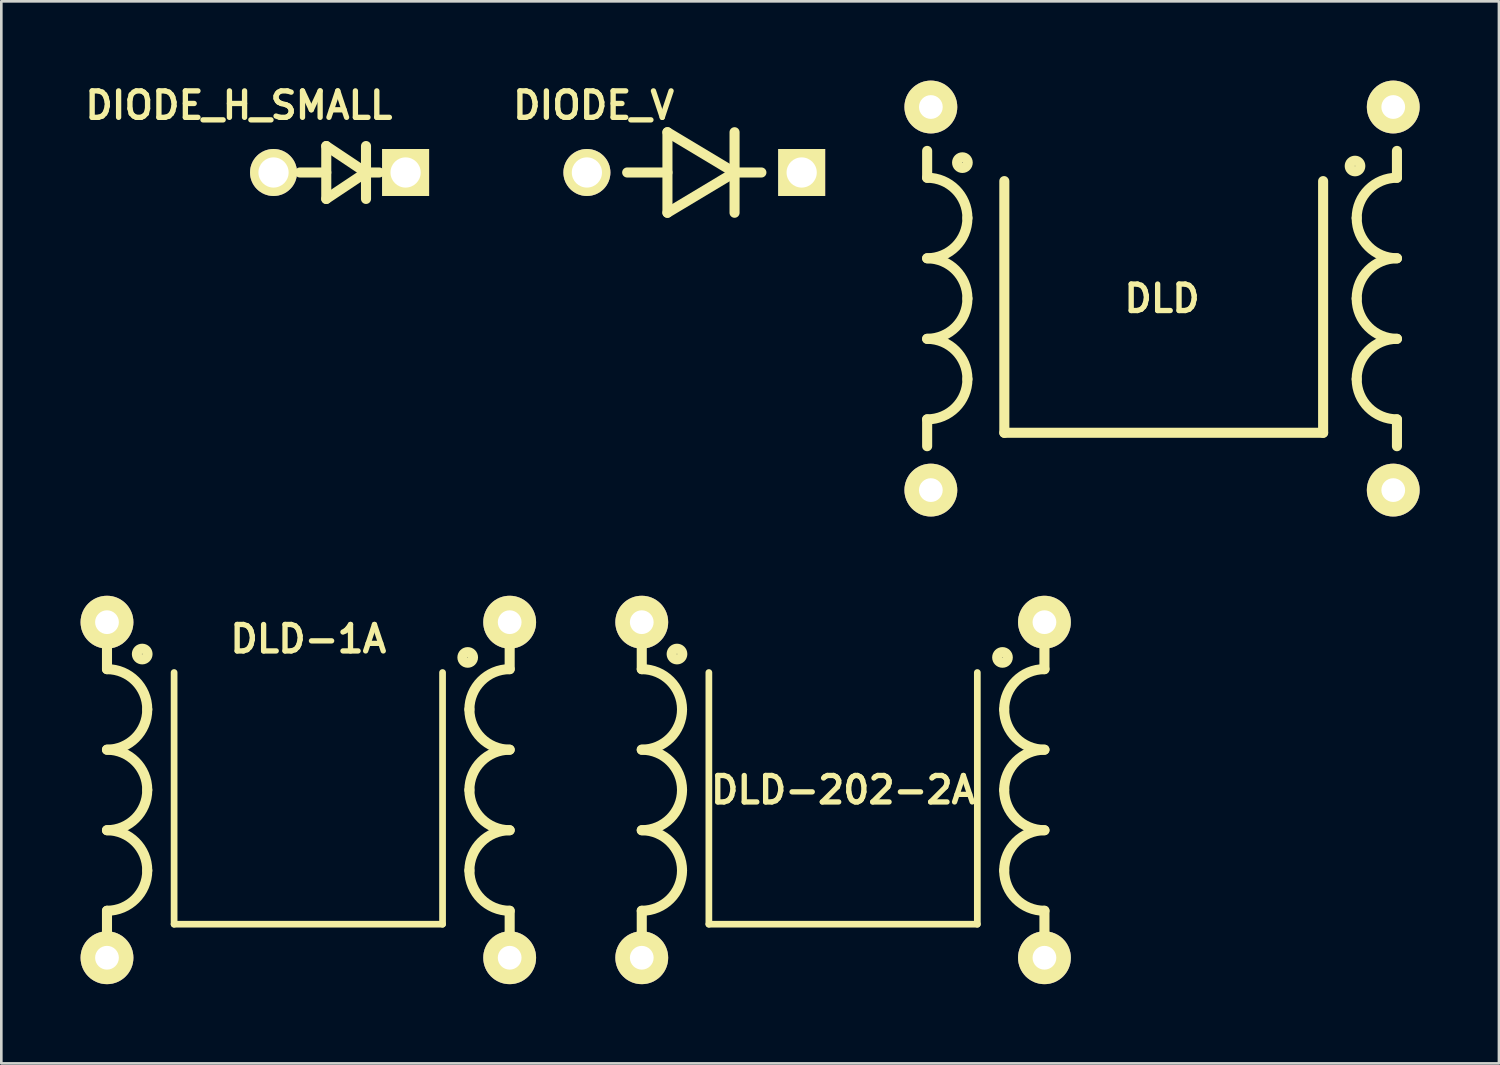
<source format=kicad_pcb>
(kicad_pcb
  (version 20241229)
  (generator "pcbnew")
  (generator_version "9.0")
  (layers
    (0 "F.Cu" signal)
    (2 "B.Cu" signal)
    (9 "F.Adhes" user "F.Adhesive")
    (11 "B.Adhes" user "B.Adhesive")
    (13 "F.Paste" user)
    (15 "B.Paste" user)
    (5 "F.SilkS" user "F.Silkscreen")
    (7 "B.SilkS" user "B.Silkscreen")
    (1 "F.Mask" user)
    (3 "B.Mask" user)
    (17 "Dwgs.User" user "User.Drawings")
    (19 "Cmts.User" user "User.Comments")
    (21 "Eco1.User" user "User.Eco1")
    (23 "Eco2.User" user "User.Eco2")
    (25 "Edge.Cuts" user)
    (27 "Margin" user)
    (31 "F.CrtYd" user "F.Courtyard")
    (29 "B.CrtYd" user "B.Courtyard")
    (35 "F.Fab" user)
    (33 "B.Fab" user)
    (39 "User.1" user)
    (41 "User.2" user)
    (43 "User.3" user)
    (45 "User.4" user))
  (footprint "DLD-1A"
    (layer "F.Cu")
    (at 8.619 26.847)
    (property "Reference" "DLD-1A" (at 0 -5.715 0) (layer "F.SilkS") (effects (font (size 1.001 1.001) (thickness 0.201))))
    (attr through_hole)
    (fp_line (start -7.62 -4.572) (end -7.62 -5.588) (stroke (width 0.381) (type solid)) (layer "F.SilkS"))
    (fp_line (start -7.62 4.572) (end -7.62 5.588) (stroke (width 0.381) (type solid)) (layer "F.SilkS"))
    (fp_line (start -5.08 5.08) (end -5.08 -4.445) (stroke (width 0.254) (type solid)) (layer "F.SilkS"))
    (fp_line (start 5.08 -4.445) (end 5.08 5.08) (stroke (width 0.254) (type solid)) (layer "F.SilkS"))
    (fp_line (start 5.08 5.08) (end -5.08 5.08) (stroke (width 0.254) (type solid)) (layer "F.SilkS"))
    (fp_line (start 7.62 -4.572) (end 7.62 -5.588) (stroke (width 0.381) (type solid)) (layer "F.SilkS"))
    (fp_line (start 7.62 4.572) (end 7.62 5.588) (stroke (width 0.381) (type solid)) (layer "F.SilkS"))
    (fp_arc (start -7.62 -4.572) (mid -6.542369 -4.125631) (end -6.096 -3.048) (stroke (width 0.381) (type solid)) (layer "F.SilkS"))
    (fp_arc (start -7.62 -1.524) (mid -6.542369 -1.077631) (end -6.096 0) (stroke (width 0.381) (type solid)) (layer "F.SilkS"))
    (fp_arc (start -7.62 1.524) (mid -6.542369 1.970369) (end -6.096 3.048) (stroke (width 0.381) (type solid)) (layer "F.SilkS"))
    (fp_arc (start -6.096 -3.048) (mid -6.542369 -1.970369) (end -7.62 -1.524) (stroke (width 0.381) (type solid)) (layer "F.SilkS"))
    (fp_arc (start -6.096 0) (mid -6.542369 1.077631) (end -7.62 1.524) (stroke (width 0.381) (type solid)) (layer "F.SilkS"))
    (fp_arc (start -6.096 3.048) (mid -6.542369 4.125631) (end -7.62 4.572) (stroke (width 0.381) (type solid)) (layer "F.SilkS"))
    (fp_arc (start 6.096 -3.048) (mid 6.542369 -4.125631) (end 7.62 -4.572) (stroke (width 0.381) (type solid)) (layer "F.SilkS"))
    (fp_arc (start 6.096 0) (mid 6.542369 -1.077631) (end 7.62 -1.524) (stroke (width 0.381) (type solid)) (layer "F.SilkS"))
    (fp_arc (start 6.096 3.048) (mid 6.542369 1.970369) (end 7.62 1.524) (stroke (width 0.381) (type solid)) (layer "F.SilkS"))
    (fp_arc (start 7.62 -1.524) (mid 6.542369 -1.970369) (end 6.096 -3.048) (stroke (width 0.381) (type solid)) (layer "F.SilkS"))
    (fp_arc (start 7.62 1.524) (mid 6.542369 1.077631) (end 6.096 0) (stroke (width 0.381) (type solid)) (layer "F.SilkS"))
    (fp_arc (start 7.62 4.572) (mid 6.542369 4.125631) (end 6.096 3.048) (stroke (width 0.381) (type solid)) (layer "F.SilkS"))
    (fp_circle (center -6.287 -5.144) (end -6.223 -4.953) (stroke (width 0.381) (type solid)) (fill no) (layer "F.SilkS"))
    (fp_circle (center 6.032 -5.016) (end 6.096 -4.826) (stroke (width 0.381) (type solid)) (fill no) (layer "F.SilkS"))
    (pad "1" thru_hole circle (at -7.62 6.35) (size 1.999 1.999) (drill 0.899) (layers "*.Cu" "*.Mask" "F.SilkS"))
    (pad "2" thru_hole circle (at -7.62 -6.35) (size 1.999 1.999) (drill 0.899) (layers "*.Cu" "*.Mask" "F.SilkS"))
    (pad "3" thru_hole circle (at 7.62 6.35) (size 1.999 1.999) (drill 0.899) (layers "*.Cu" "*.Mask" "F.SilkS"))
    (pad "4" thru_hole circle (at 7.62 -6.35) (size 1.999 1.999) (drill 0.899) (layers "*.Cu" "*.Mask" "F.SilkS")))
  (footprint "DIODE_V"
    (layer "F.Cu")
    (at 23.226 3.478)
    (property "Reference" "DIODE_V" (at -3.81 -2.54 0) (layer "F.SilkS") (effects (font (size 1.001 1.001) (thickness 0.201))))
    (attr through_hole)
    (fp_line (start -1.016 -1.524) (end -1.016 1.524) (stroke (width 0.381) (type solid)) (layer "F.SilkS"))
    (fp_line (start -1.016 0) (end -2.54 0) (stroke (width 0.381) (type solid)) (layer "F.SilkS"))
    (fp_line (start -1.016 1.524) (end 1.524 0) (stroke (width 0.381) (type solid)) (layer "F.SilkS"))
    (fp_line (start 1.524 0) (end -1.016 -1.524) (stroke (width 0.381) (type solid)) (layer "F.SilkS"))
    (fp_line (start 1.524 0) (end 2.54 0) (stroke (width 0.381) (type solid)) (layer "F.SilkS"))
    (fp_line (start 1.524 1.524) (end 1.524 -1.524) (stroke (width 0.381) (type solid)) (layer "F.SilkS"))
    (pad "1" thru_hole circle (at -4.064 0) (size 1.778 1.778) (drill 1.143) (layers "*.Cu" "*.Mask" "F.SilkS"))
    (pad "2" thru_hole rect (at 4.064 0) (size 1.778 1.778) (drill 1.143) (layers "*.Cu" "*.Mask" "F.SilkS")))
  (footprint "DIODE_H_SMALL"
    (layer "F.Cu")
    (at 9.801 3.478)
    (property "Reference" "DIODE_H_SMALL" (at -3.81 -2.54 0) (layer "F.SilkS") (effects (font (size 1.001 1.001) (thickness 0.201))))
    (attr through_hole)
    (fp_line (start -0.503 -1.001) (end 0.998 0) (stroke (width 0.381) (type solid)) (layer "F.SilkS"))
    (fp_line (start -0.503 0) (end -1.501 0) (stroke (width 0.381) (type solid)) (layer "F.SilkS"))
    (fp_line (start -0.503 1.001) (end -0.503 -1.001) (stroke (width 0.381) (type solid)) (layer "F.SilkS"))
    (fp_line (start 0.998 0) (end -0.503 1.001) (stroke (width 0.381) (type solid)) (layer "F.SilkS"))
    (fp_line (start 1.001 0) (end 1.501 0) (stroke (width 0.381) (type solid)) (layer "F.SilkS"))
    (fp_line (start 1.001 1.001) (end 1.001 -1.001) (stroke (width 0.381) (type solid)) (layer "F.SilkS"))
    (pad "1" thru_hole circle (at -2.499 0) (size 1.778 1.778) (drill 1.143) (layers "*.Cu" "*.Mask" "F.SilkS"))
    (pad "2" thru_hole rect (at 2.499 0) (size 1.778 1.778) (drill 1.143) (layers "*.Cu" "*.Mask" "F.SilkS")))
  (footprint "DLD-202-2A"
    (layer "F.Cu")
    (at 28.858 26.847)
    (property "Reference" "DLD-202-2A" (at 0 0 0) (layer "F.SilkS") (effects (font (size 1.001 1.001) (thickness 0.201))))
    (attr through_hole)
    (fp_line (start -7.62 -4.572) (end -7.62 -5.588) (stroke (width 0.381) (type solid)) (layer "F.SilkS"))
    (fp_line (start -7.62 4.572) (end -7.62 5.588) (stroke (width 0.381) (type solid)) (layer "F.SilkS"))
    (fp_line (start -5.08 5.08) (end -5.08 -4.445) (stroke (width 0.254) (type solid)) (layer "F.SilkS"))
    (fp_line (start 5.08 -4.445) (end 5.08 5.08) (stroke (width 0.254) (type solid)) (layer "F.SilkS"))
    (fp_line (start 5.08 5.08) (end -5.08 5.08) (stroke (width 0.254) (type solid)) (layer "F.SilkS"))
    (fp_line (start 7.62 -4.572) (end 7.62 -5.588) (stroke (width 0.381) (type solid)) (layer "F.SilkS"))
    (fp_line (start 7.62 4.572) (end 7.62 5.588) (stroke (width 0.381) (type solid)) (layer "F.SilkS"))
    (fp_arc (start -7.62 -4.572) (mid -6.542369 -4.125631) (end -6.096 -3.048) (stroke (width 0.381) (type solid)) (layer "F.SilkS"))
    (fp_arc (start -7.62 -1.524) (mid -6.542369 -1.077631) (end -6.096 0) (stroke (width 0.381) (type solid)) (layer "F.SilkS"))
    (fp_arc (start -7.62 1.524) (mid -6.542369 1.970369) (end -6.096 3.048) (stroke (width 0.381) (type solid)) (layer "F.SilkS"))
    (fp_arc (start -6.096 -3.048) (mid -6.542369 -1.970369) (end -7.62 -1.524) (stroke (width 0.381) (type solid)) (layer "F.SilkS"))
    (fp_arc (start -6.096 0) (mid -6.542369 1.077631) (end -7.62 1.524) (stroke (width 0.381) (type solid)) (layer "F.SilkS"))
    (fp_arc (start -6.096 3.048) (mid -6.542369 4.125631) (end -7.62 4.572) (stroke (width 0.381) (type solid)) (layer "F.SilkS"))
    (fp_arc (start 6.096 -3.048) (mid 6.542369 -4.125631) (end 7.62 -4.572) (stroke (width 0.381) (type solid)) (layer "F.SilkS"))
    (fp_arc (start 6.096 0) (mid 6.542369 -1.077631) (end 7.62 -1.524) (stroke (width 0.381) (type solid)) (layer "F.SilkS"))
    (fp_arc (start 6.096 3.048) (mid 6.542369 1.970369) (end 7.62 1.524) (stroke (width 0.381) (type solid)) (layer "F.SilkS"))
    (fp_arc (start 7.62 -1.524) (mid 6.542369 -1.970369) (end 6.096 -3.048) (stroke (width 0.381) (type solid)) (layer "F.SilkS"))
    (fp_arc (start 7.62 1.524) (mid 6.542369 1.077631) (end 6.096 0) (stroke (width 0.381) (type solid)) (layer "F.SilkS"))
    (fp_arc (start 7.62 4.572) (mid 6.542369 4.125631) (end 6.096 3.048) (stroke (width 0.381) (type solid)) (layer "F.SilkS"))
    (fp_circle (center -6.287 -5.144) (end -6.223 -4.953) (stroke (width 0.381) (type solid)) (fill no) (layer "F.SilkS"))
    (fp_circle (center 6.032 -5.016) (end 6.096 -4.826) (stroke (width 0.381) (type solid)) (fill no) (layer "F.SilkS"))
    (pad "1" thru_hole circle (at -7.62 6.35) (size 1.999 1.999) (drill 0.899) (layers "*.Cu" "*.Mask" "F.SilkS"))
    (pad "2" thru_hole circle (at -7.62 -6.35) (size 1.999 1.999) (drill 0.899) (layers "*.Cu" "*.Mask" "F.SilkS"))
    (pad "3" thru_hole circle (at 7.62 6.35) (size 1.999 1.999) (drill 0.899) (layers "*.Cu" "*.Mask" "F.SilkS"))
    (pad "4" thru_hole circle (at 7.62 -6.35) (size 1.999 1.999) (drill 0.899) (layers "*.Cu" "*.Mask" "F.SilkS")))
  (footprint "DLD"
    (layer "F.Cu")
    (at 40.929 8.249)
    (property "Reference" "DLD" (at 0 0 0) (layer "F.SilkS") (effects (font (size 1.001 1.001) (thickness 0.201))))
    (attr through_hole)
    (fp_line (start -8.89 -4.572) (end -8.89 -5.588) (stroke (width 0.381) (type solid)) (layer "F.SilkS"))
    (fp_line (start -8.89 4.572) (end -8.89 5.588) (stroke (width 0.381) (type solid)) (layer "F.SilkS"))
    (fp_line (start -5.969 -4.445) (end -5.969 5.08) (stroke (width 0.381) (type solid)) (layer "F.SilkS"))
    (fp_line (start -5.969 5.08) (end 6.096 5.08) (stroke (width 0.381) (type solid)) (layer "F.SilkS"))
    (fp_line (start 6.096 5.08) (end 6.096 -4.445) (stroke (width 0.381) (type solid)) (layer "F.SilkS"))
    (fp_line (start 8.89 -4.572) (end 8.89 -5.588) (stroke (width 0.381) (type solid)) (layer "F.SilkS"))
    (fp_line (start 8.89 4.572) (end 8.89 5.588) (stroke (width 0.381) (type solid)) (layer "F.SilkS"))
    (fp_arc (start -8.89 -4.572) (mid -7.812369 -4.125631) (end -7.366 -3.048) (stroke (width 0.381) (type solid)) (layer "F.SilkS"))
    (fp_arc (start -8.89 -1.524) (mid -7.812369 -1.077631) (end -7.366 0) (stroke (width 0.381) (type solid)) (layer "F.SilkS"))
    (fp_arc (start -8.89 1.524) (mid -7.812369 1.970369) (end -7.366 3.048) (stroke (width 0.381) (type solid)) (layer "F.SilkS"))
    (fp_arc (start -7.366 -3.048) (mid -7.812369 -1.970369) (end -8.89 -1.524) (stroke (width 0.381) (type solid)) (layer "F.SilkS"))
    (fp_arc (start -7.366 0) (mid -7.812369 1.077631) (end -8.89 1.524) (stroke (width 0.381) (type solid)) (layer "F.SilkS"))
    (fp_arc (start -7.366 3.048) (mid -7.812369 4.125631) (end -8.89 4.572) (stroke (width 0.381) (type solid)) (layer "F.SilkS"))
    (fp_arc (start 7.366 -3.048) (mid 7.812369 -4.125631) (end 8.89 -4.572) (stroke (width 0.381) (type solid)) (layer "F.SilkS"))
    (fp_arc (start 7.366 0) (mid 7.812369 -1.077631) (end 8.89 -1.524) (stroke (width 0.381) (type solid)) (layer "F.SilkS"))
    (fp_arc (start 7.366 3.048) (mid 7.812369 1.970369) (end 8.89 1.524) (stroke (width 0.381) (type solid)) (layer "F.SilkS"))
    (fp_arc (start 8.89 -1.524) (mid 7.812369 -1.970369) (end 7.366 -3.048) (stroke (width 0.381) (type solid)) (layer "F.SilkS"))
    (fp_arc (start 8.89 1.524) (mid 7.812369 1.077631) (end 7.366 0) (stroke (width 0.381) (type solid)) (layer "F.SilkS"))
    (fp_arc (start 8.89 4.572) (mid 7.812369 4.125631) (end 7.366 3.048) (stroke (width 0.381) (type solid)) (layer "F.SilkS"))
    (fp_circle (center -7.556 -5.144) (end -7.493 -4.953) (stroke (width 0.381) (type solid)) (fill no) (layer "F.SilkS"))
    (fp_circle (center 7.303 -5.016) (end 7.366 -4.826) (stroke (width 0.381) (type solid)) (fill no) (layer "F.SilkS"))
    (pad "1" thru_hole circle (at -8.75 7.249) (size 1.999 1.999) (drill 0.899) (layers "*.Cu" "*.Mask" "F.SilkS"))
    (pad "2" thru_hole circle (at -8.75 -7.249) (size 1.999 1.999) (drill 0.899) (layers "*.Cu" "*.Mask" "F.SilkS"))
    (pad "3" thru_hole circle (at 8.75 7.249) (size 1.999 1.999) (drill 0.899) (layers "*.Cu" "*.Mask" "F.SilkS"))
    (pad "4" thru_hole circle (at 8.75 -7.249) (size 1.999 1.999) (drill 0.899) (layers "*.Cu" "*.Mask" "F.SilkS")))
  (gr_rect
    (start -3 -3)
    (end 53.679 37.196)
    (stroke (width 0.1) (type default))
    (fill no)
    (layer "Edge.Cuts")))
</source>
